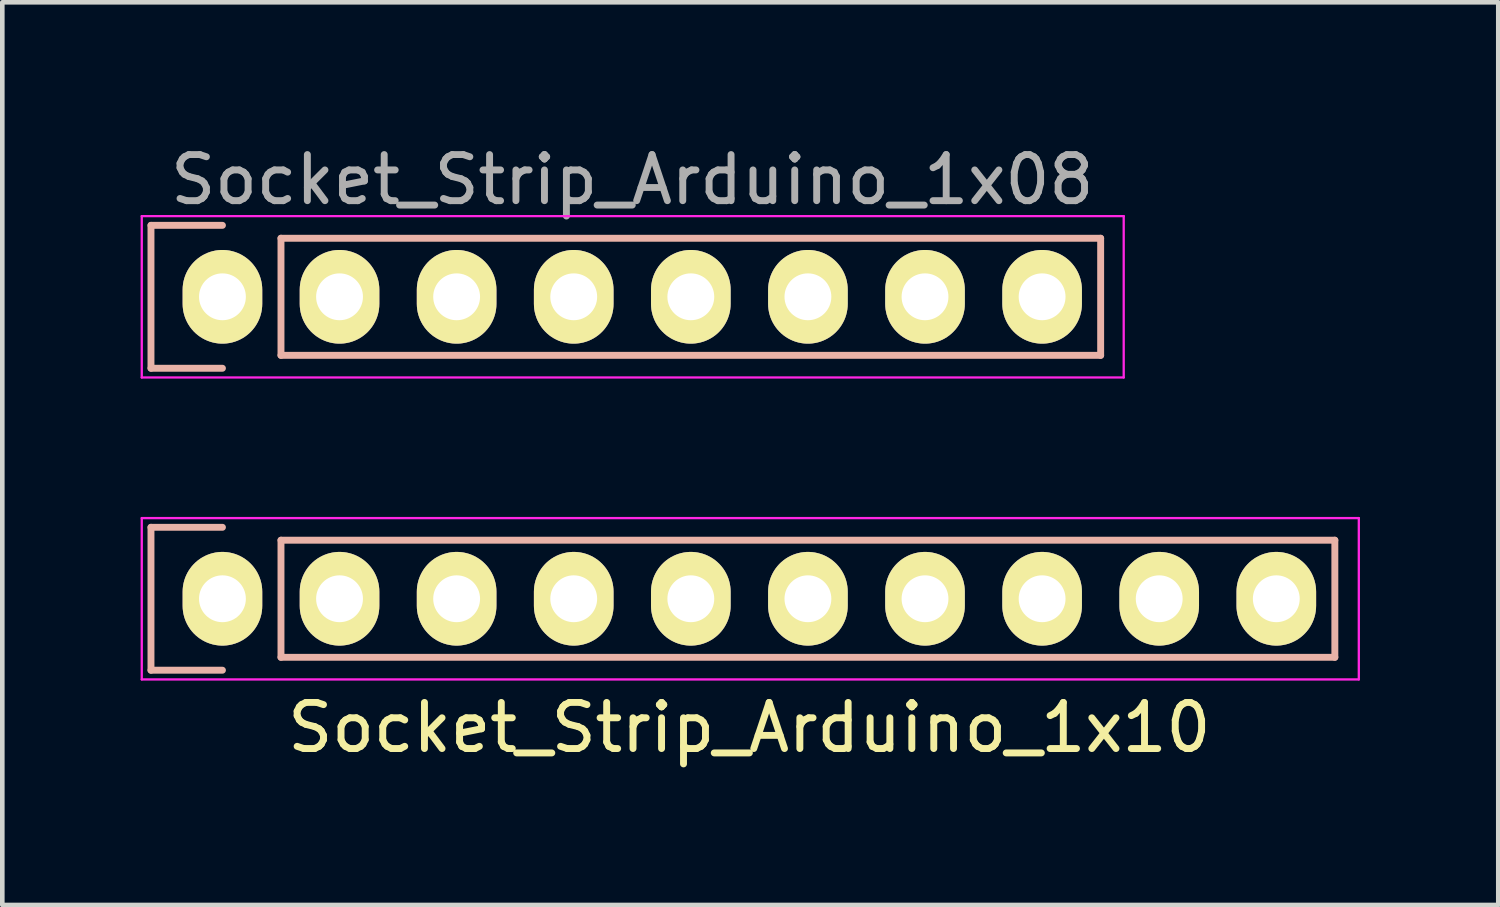
<source format=kicad_pcb>
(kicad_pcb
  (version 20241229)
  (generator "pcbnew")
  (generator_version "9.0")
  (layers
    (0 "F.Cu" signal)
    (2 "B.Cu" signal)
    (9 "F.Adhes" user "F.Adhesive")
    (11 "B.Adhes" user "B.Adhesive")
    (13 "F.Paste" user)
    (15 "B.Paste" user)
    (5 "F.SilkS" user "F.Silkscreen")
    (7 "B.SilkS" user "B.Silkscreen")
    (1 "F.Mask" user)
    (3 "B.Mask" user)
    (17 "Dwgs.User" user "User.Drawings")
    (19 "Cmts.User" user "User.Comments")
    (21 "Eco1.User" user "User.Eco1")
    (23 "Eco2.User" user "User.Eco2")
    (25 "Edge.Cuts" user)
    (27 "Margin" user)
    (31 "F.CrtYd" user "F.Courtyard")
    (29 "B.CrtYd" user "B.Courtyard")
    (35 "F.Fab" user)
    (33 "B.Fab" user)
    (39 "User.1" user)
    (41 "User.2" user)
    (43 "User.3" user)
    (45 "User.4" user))
  (footprint "Socket_Strip_Arduino_1x10"
    (layer "F.Cu")
    (at 1.775 9.938)
    (property "Reference" "Socket_Strip_Arduino_1x10" (at 11.43 2.794 0) (layer "F.SilkS") (effects (font (size 1 1) (thickness 0.15))))
    (attr through_hole)
    (fp_line (start -1.55 -1.55) (end -1.55 1.55) (stroke (width 0.15) (type solid)) (layer "B.SilkS"))
    (fp_line (start -1.55 1.55) (end 0 1.55) (stroke (width 0.15) (type solid)) (layer "B.SilkS"))
    (fp_line (start 0 -1.55) (end -1.55 -1.55) (stroke (width 0.15) (type solid)) (layer "B.SilkS"))
    (fp_line (start 1.27 -1.27) (end 1.27 1.27) (stroke (width 0.15) (type solid)) (layer "B.SilkS"))
    (fp_line (start 1.27 1.27) (end 24.13 1.27) (stroke (width 0.15) (type solid)) (layer "B.SilkS"))
    (fp_line (start 24.13 -1.27) (end 1.27 -1.27) (stroke (width 0.15) (type solid)) (layer "B.SilkS"))
    (fp_line (start 24.13 -1.27) (end 24.13 1.27) (stroke (width 0.15) (type solid)) (layer "B.SilkS"))
    (fp_line (start -1.75 -1.75) (end -1.75 1.75) (stroke (width 0.05) (type solid)) (layer "F.CrtYd"))
    (fp_line (start -1.75 -1.75) (end 24.65 -1.75) (stroke (width 0.05) (type solid)) (layer "F.CrtYd"))
    (fp_line (start -1.75 1.75) (end 24.65 1.75) (stroke (width 0.05) (type solid)) (layer "F.CrtYd"))
    (fp_line (start 24.65 -1.75) (end 24.65 1.75) (stroke (width 0.05) (type solid)) (layer "F.CrtYd"))
    (pad "1" thru_hole oval (at 0 0) (size 1.727 2.032) (drill 1.016) (layers "*.Cu" "*.Mask" "F.SilkS"))
    (pad "2" thru_hole oval (at 2.54 0) (size 1.727 2.032) (drill 1.016) (layers "*.Cu" "*.Mask" "F.SilkS"))
    (pad "3" thru_hole oval (at 5.08 0) (size 1.727 2.032) (drill 1.016) (layers "*.Cu" "*.Mask" "F.SilkS"))
    (pad "4" thru_hole oval (at 7.62 0) (size 1.727 2.032) (drill 1.016) (layers "*.Cu" "*.Mask" "F.SilkS"))
    (pad "5" thru_hole oval (at 10.16 0) (size 1.727 2.032) (drill 1.016) (layers "*.Cu" "*.Mask" "F.SilkS"))
    (pad "6" thru_hole oval (at 12.7 0) (size 1.727 2.032) (drill 1.016) (layers "*.Cu" "*.Mask" "F.SilkS"))
    (pad "7" thru_hole oval (at 15.24 0) (size 1.727 2.032) (drill 1.016) (layers "*.Cu" "*.Mask" "F.SilkS"))
    (pad "8" thru_hole oval (at 17.78 0) (size 1.727 2.032) (drill 1.016) (layers "*.Cu" "*.Mask" "F.SilkS"))
    (pad "9" thru_hole oval (at 20.32 0) (size 1.727 2.032) (drill 1.016) (layers "*.Cu" "*.Mask" "F.SilkS"))
    (pad "10" thru_hole oval (at 22.86 0) (size 1.727 2.032) (drill 1.016) (layers "*.Cu" "*.Mask" "F.SilkS")))
  (footprint "Socket_Strip_Arduino_1x08"
    (layer "F.Cu")
    (at 1.775 3.388)
    (property "Reference" "Socket_Strip_Arduino_1x08" (at 8.89 -2.54 0) (layer "F.Fab") (effects (font (size 1 1) (thickness 0.15))))
    (attr through_hole)
    (fp_line (start -1.55 -1.55) (end -1.55 1.55) (stroke (width 0.15) (type solid)) (layer "B.SilkS"))
    (fp_line (start -1.55 1.55) (end 0 1.55) (stroke (width 0.15) (type solid)) (layer "B.SilkS"))
    (fp_line (start 0 -1.55) (end -1.55 -1.55) (stroke (width 0.15) (type solid)) (layer "B.SilkS"))
    (fp_line (start 1.27 -1.27) (end 1.27 1.27) (stroke (width 0.15) (type solid)) (layer "B.SilkS"))
    (fp_line (start 1.27 1.27) (end 19.05 1.27) (stroke (width 0.15) (type solid)) (layer "B.SilkS"))
    (fp_line (start 19.05 -1.27) (end 1.27 -1.27) (stroke (width 0.15) (type solid)) (layer "B.SilkS"))
    (fp_line (start 19.05 -1.27) (end 19.05 1.27) (stroke (width 0.15) (type solid)) (layer "B.SilkS"))
    (fp_line (start -1.75 -1.75) (end -1.75 1.75) (stroke (width 0.05) (type solid)) (layer "F.CrtYd"))
    (fp_line (start -1.75 -1.75) (end 19.55 -1.75) (stroke (width 0.05) (type solid)) (layer "F.CrtYd"))
    (fp_line (start -1.75 1.75) (end 19.55 1.75) (stroke (width 0.05) (type solid)) (layer "F.CrtYd"))
    (fp_line (start 19.55 -1.75) (end 19.55 1.75) (stroke (width 0.05) (type solid)) (layer "F.CrtYd"))
    (pad "1" thru_hole oval (at 0 0) (size 1.727 2.032) (drill 1.016) (layers "*.Cu" "*.Mask" "F.SilkS"))
    (pad "2" thru_hole oval (at 2.54 0) (size 1.727 2.032) (drill 1.016) (layers "*.Cu" "*.Mask" "F.SilkS"))
    (pad "3" thru_hole oval (at 5.08 0) (size 1.727 2.032) (drill 1.016) (layers "*.Cu" "*.Mask" "F.SilkS"))
    (pad "4" thru_hole oval (at 7.62 0) (size 1.727 2.032) (drill 1.016) (layers "*.Cu" "*.Mask" "F.SilkS"))
    (pad "5" thru_hole oval (at 10.16 0) (size 1.727 2.032) (drill 1.016) (layers "*.Cu" "*.Mask" "F.SilkS"))
    (pad "6" thru_hole oval (at 12.7 0) (size 1.727 2.032) (drill 1.016) (layers "*.Cu" "*.Mask" "F.SilkS"))
    (pad "7" thru_hole oval (at 15.24 0) (size 1.727 2.032) (drill 1.016) (layers "*.Cu" "*.Mask" "F.SilkS"))
    (pad "8" thru_hole oval (at 17.78 0) (size 1.727 2.032) (drill 1.016) (layers "*.Cu" "*.Mask" "F.SilkS")))
  (gr_rect
    (start -3 -3)
    (end 29.45 16.581)
    (stroke (width 0.1) (type default))
    (fill no)
    (layer "Edge.Cuts")))
</source>
